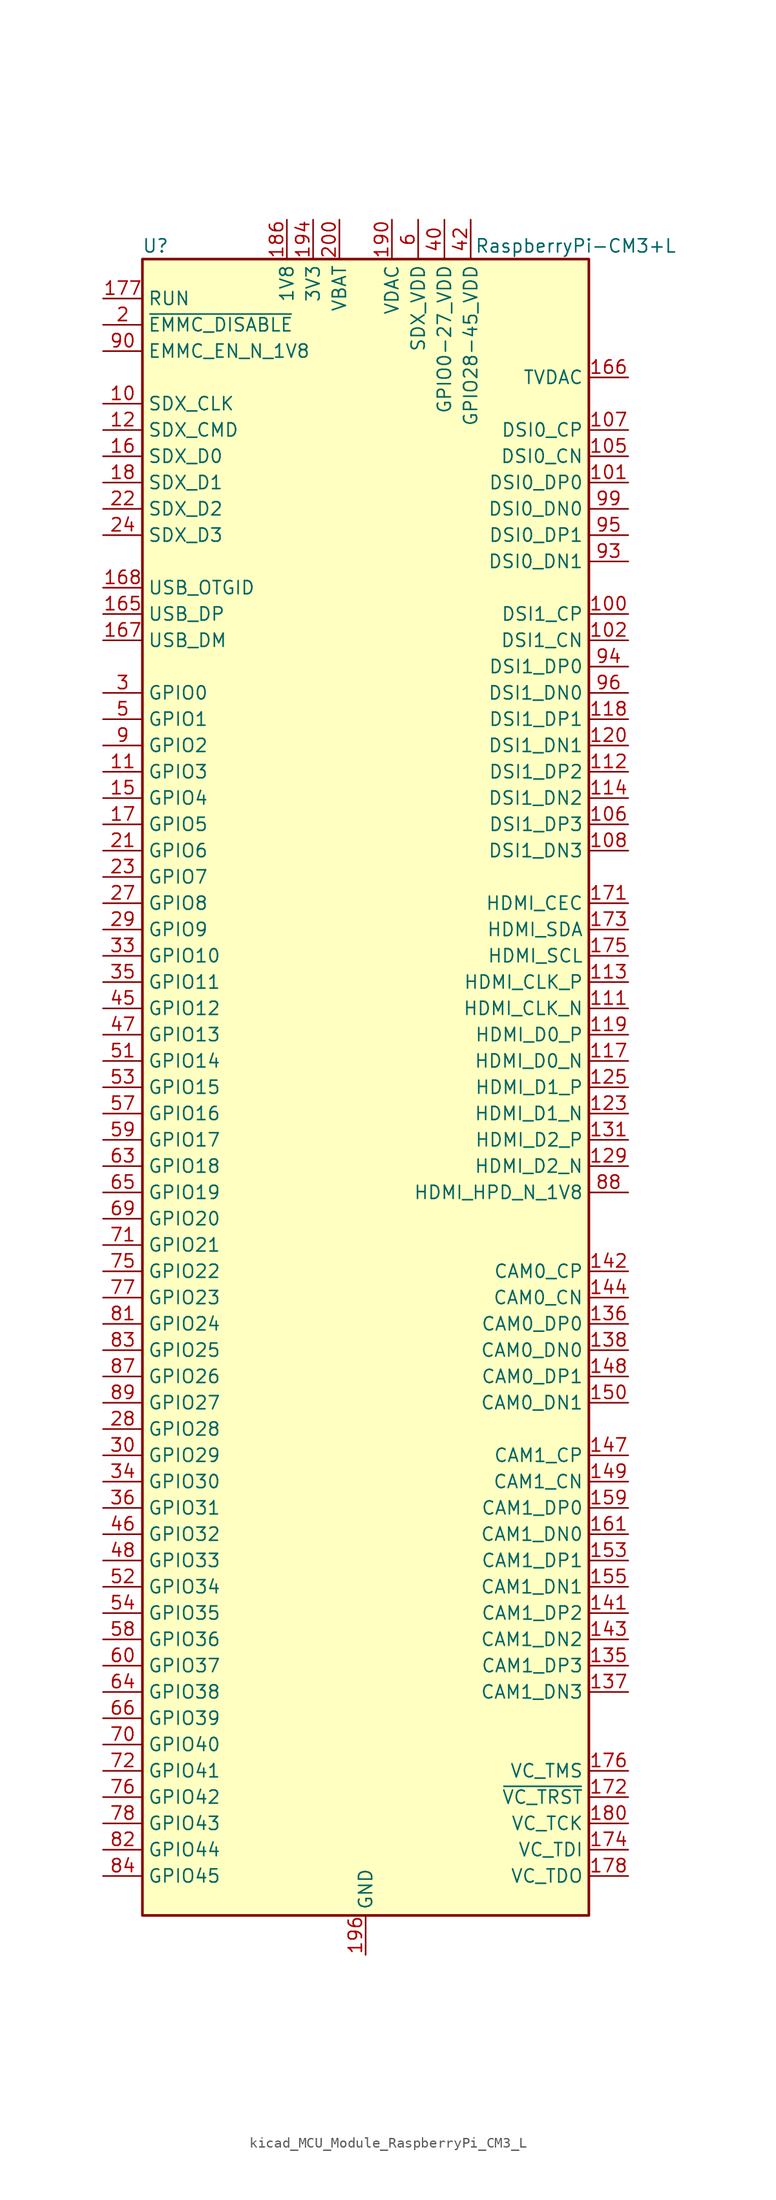
<source format=kicad_sym>
(kicad_symbol_lib
  (version 20220914)
  (generator kicad_symbol_editor)
  (symbol "kicad_MCU_Module_RaspberryPi_CM3_L"
    (property "Reference" "U"
      (at -20.32 81.28 0)
      (effects (font (size 1.27 1.27))))
    (property "Value" "RaspberryPi-CM3+L"
      (at 20.32 81.28 0)
      (effects (font (size 1.27 1.27))))
    (symbol "kicad_MCU_Module_RaspberryPi_CM3_L_0_1"
      (rectangle (start -21.59 80.01) (end 21.59 -80.01) (stroke (width 0.254) (type default)) (fill (type background))))
    (symbol "kicad_MCU_Module_RaspberryPi_CM3_L_1_1"
      (pin passive line (at 0 -83.82 90) (length 3.81) hide (name "GND" (effects (font (size 1.27 1.27)))) (number "1" (effects (font (size 1.27 1.27)))))
      (pin output line (at -25.4 66.04 0) (length 3.81) (name "SDX_CLK" (effects (font (size 1.27 1.27)))) (number "10" (effects (font (size 1.27 1.27)))))
      (pin output line (at 25.4 45.72 180) (length 3.81) (name "DSI1_CP" (effects (font (size 1.27 1.27)))) (number "100" (effects (font (size 1.27 1.27)))))
      (pin output line (at 25.4 58.42 180) (length 3.81) (name "DSI0_DP0" (effects (font (size 1.27 1.27)))) (number "101" (effects (font (size 1.27 1.27)))))
      (pin output line (at 25.4 43.18 180) (length 3.81) (name "DSI1_CN" (effects (font (size 1.27 1.27)))) (number "102" (effects (font (size 1.27 1.27)))))
      (pin passive line (at 0 -83.82 90) (length 3.81) hide (name "GND" (effects (font (size 1.27 1.27)))) (number "103" (effects (font (size 1.27 1.27)))))
      (pin passive line (at 0 -83.82 90) (length 3.81) hide (name "GND" (effects (font (size 1.27 1.27)))) (number "104" (effects (font (size 1.27 1.27)))))
      (pin output line (at 25.4 60.96 180) (length 3.81) (name "DSI0_CN" (effects (font (size 1.27 1.27)))) (number "105" (effects (font (size 1.27 1.27)))))
      (pin output line (at 25.4 25.4 180) (length 3.81) (name "DSI1_DP3" (effects (font (size 1.27 1.27)))) (number "106" (effects (font (size 1.27 1.27)))))
      (pin output line (at 25.4 63.5 180) (length 3.81) (name "DSI0_CP" (effects (font (size 1.27 1.27)))) (number "107" (effects (font (size 1.27 1.27)))))
      (pin output line (at 25.4 22.86 180) (length 3.81) (name "DSI1_DN3" (effects (font (size 1.27 1.27)))) (number "108" (effects (font (size 1.27 1.27)))))
      (pin passive line (at 0 -83.82 90) (length 3.81) hide (name "GND" (effects (font (size 1.27 1.27)))) (number "109" (effects (font (size 1.27 1.27)))))
      (pin bidirectional line (at -25.4 30.48 0) (length 3.81) (name "GPIO3" (effects (font (size 1.27 1.27)))) (number "11" (effects (font (size 1.27 1.27)))))
      (pin passive line (at 0 -83.82 90) (length 3.81) hide (name "GND" (effects (font (size 1.27 1.27)))) (number "110" (effects (font (size 1.27 1.27)))))
      (pin output line (at 25.4 7.62 180) (length 3.81) (name "HDMI_CLK_N" (effects (font (size 1.27 1.27)))) (number "111" (effects (font (size 1.27 1.27)))))
      (pin output line (at 25.4 30.48 180) (length 3.81) (name "DSI1_DP2" (effects (font (size 1.27 1.27)))) (number "112" (effects (font (size 1.27 1.27)))))
      (pin output line (at 25.4 10.16 180) (length 3.81) (name "HDMI_CLK_P" (effects (font (size 1.27 1.27)))) (number "113" (effects (font (size 1.27 1.27)))))
      (pin output line (at 25.4 27.94 180) (length 3.81) (name "DSI1_DN2" (effects (font (size 1.27 1.27)))) (number "114" (effects (font (size 1.27 1.27)))))
      (pin passive line (at 0 -83.82 90) (length 3.81) hide (name "GND" (effects (font (size 1.27 1.27)))) (number "115" (effects (font (size 1.27 1.27)))))
      (pin passive line (at 0 -83.82 90) (length 3.81) hide (name "GND" (effects (font (size 1.27 1.27)))) (number "116" (effects (font (size 1.27 1.27)))))
      (pin output line (at 25.4 2.54 180) (length 3.81) (name "HDMI_D0_N" (effects (font (size 1.27 1.27)))) (number "117" (effects (font (size 1.27 1.27)))))
      (pin output line (at 25.4 35.56 180) (length 3.81) (name "DSI1_DP1" (effects (font (size 1.27 1.27)))) (number "118" (effects (font (size 1.27 1.27)))))
      (pin output line (at 25.4 5.08 180) (length 3.81) (name "HDMI_D0_P" (effects (font (size 1.27 1.27)))) (number "119" (effects (font (size 1.27 1.27)))))
      (pin bidirectional line (at -25.4 63.5 0) (length 3.81) (name "SDX_CMD" (effects (font (size 1.27 1.27)))) (number "12" (effects (font (size 1.27 1.27)))))
      (pin output line (at 25.4 33.02 180) (length 3.81) (name "DSI1_DN1" (effects (font (size 1.27 1.27)))) (number "120" (effects (font (size 1.27 1.27)))))
      (pin passive line (at 0 -83.82 90) (length 3.81) hide (name "GND" (effects (font (size 1.27 1.27)))) (number "121" (effects (font (size 1.27 1.27)))))
      (pin passive line (at 0 -83.82 90) (length 3.81) hide (name "GND" (effects (font (size 1.27 1.27)))) (number "122" (effects (font (size 1.27 1.27)))))
      (pin output line (at 25.4 -2.54 180) (length 3.81) (name "HDMI_D1_N" (effects (font (size 1.27 1.27)))) (number "123" (effects (font (size 1.27 1.27)))))
      (pin no_connect line (at 20.32 76.2 180) (length 2.54) hide (name "NC" (effects (font (size 1.27 1.27)))) (number "124" (effects (font (size 1.27 1.27)))))
      (pin output line (at 25.4 0 180) (length 3.81) (name "HDMI_D1_P" (effects (font (size 1.27 1.27)))) (number "125" (effects (font (size 1.27 1.27)))))
      (pin no_connect line (at 20.32 73.66 180) (length 2.54) hide (name "NC" (effects (font (size 1.27 1.27)))) (number "126" (effects (font (size 1.27 1.27)))))
      (pin passive line (at 0 -83.82 90) (length 3.81) hide (name "GND" (effects (font (size 1.27 1.27)))) (number "127" (effects (font (size 1.27 1.27)))))
      (pin no_connect line (at 20.32 71.12 180) (length 2.54) hide (name "NC" (effects (font (size 1.27 1.27)))) (number "128" (effects (font (size 1.27 1.27)))))
      (pin output line (at 25.4 -7.62 180) (length 3.81) (name "HDMI_D2_N" (effects (font (size 1.27 1.27)))) (number "129" (effects (font (size 1.27 1.27)))))
      (pin passive line (at 0 -83.82 90) (length 3.81) hide (name "GND" (effects (font (size 1.27 1.27)))) (number "13" (effects (font (size 1.27 1.27)))))
      (pin no_connect line (at 20.32 66.04 180) (length 2.54) hide (name "NC" (effects (font (size 1.27 1.27)))) (number "130" (effects (font (size 1.27 1.27)))))
      (pin output line (at 25.4 -5.08 180) (length 3.81) (name "HDMI_D2_P" (effects (font (size 1.27 1.27)))) (number "131" (effects (font (size 1.27 1.27)))))
      (pin no_connect line (at 20.32 48.26 180) (length 2.54) hide (name "NC" (effects (font (size 1.27 1.27)))) (number "132" (effects (font (size 1.27 1.27)))))
      (pin passive line (at 0 -83.82 90) (length 3.81) hide (name "GND" (effects (font (size 1.27 1.27)))) (number "133" (effects (font (size 1.27 1.27)))))
      (pin passive line (at 0 -83.82 90) (length 3.81) hide (name "GND" (effects (font (size 1.27 1.27)))) (number "134" (effects (font (size 1.27 1.27)))))
      (pin input line (at 25.4 -55.88 180) (length 3.81) (name "CAM1_DP3" (effects (font (size 1.27 1.27)))) (number "135" (effects (font (size 1.27 1.27)))))
      (pin input line (at 25.4 -22.86 180) (length 3.81) (name "CAM0_DP0" (effects (font (size 1.27 1.27)))) (number "136" (effects (font (size 1.27 1.27)))))
      (pin input line (at 25.4 -58.42 180) (length 3.81) (name "CAM1_DN3" (effects (font (size 1.27 1.27)))) (number "137" (effects (font (size 1.27 1.27)))))
      (pin input line (at 25.4 -25.4 180) (length 3.81) (name "CAM0_DN0" (effects (font (size 1.27 1.27)))) (number "138" (effects (font (size 1.27 1.27)))))
      (pin passive line (at 0 -83.82 90) (length 3.81) hide (name "GND" (effects (font (size 1.27 1.27)))) (number "139" (effects (font (size 1.27 1.27)))))
      (pin passive line (at 0 -83.82 90) (length 3.81) hide (name "GND" (effects (font (size 1.27 1.27)))) (number "14" (effects (font (size 1.27 1.27)))))
      (pin passive line (at 0 -83.82 90) (length 3.81) hide (name "GND" (effects (font (size 1.27 1.27)))) (number "140" (effects (font (size 1.27 1.27)))))
      (pin input line (at 25.4 -50.8 180) (length 3.81) (name "CAM1_DP2" (effects (font (size 1.27 1.27)))) (number "141" (effects (font (size 1.27 1.27)))))
      (pin input line (at 25.4 -17.78 180) (length 3.81) (name "CAM0_CP" (effects (font (size 1.27 1.27)))) (number "142" (effects (font (size 1.27 1.27)))))
      (pin input line (at 25.4 -53.34 180) (length 3.81) (name "CAM1_DN2" (effects (font (size 1.27 1.27)))) (number "143" (effects (font (size 1.27 1.27)))))
      (pin input line (at 25.4 -20.32 180) (length 3.81) (name "CAM0_CN" (effects (font (size 1.27 1.27)))) (number "144" (effects (font (size 1.27 1.27)))))
      (pin passive line (at 0 -83.82 90) (length 3.81) hide (name "GND" (effects (font (size 1.27 1.27)))) (number "145" (effects (font (size 1.27 1.27)))))
      (pin passive line (at 0 -83.82 90) (length 3.81) hide (name "GND" (effects (font (size 1.27 1.27)))) (number "146" (effects (font (size 1.27 1.27)))))
      (pin input line (at 25.4 -35.56 180) (length 3.81) (name "CAM1_CP" (effects (font (size 1.27 1.27)))) (number "147" (effects (font (size 1.27 1.27)))))
      (pin input line (at 25.4 -27.94 180) (length 3.81) (name "CAM0_DP1" (effects (font (size 1.27 1.27)))) (number "148" (effects (font (size 1.27 1.27)))))
      (pin input line (at 25.4 -38.1 180) (length 3.81) (name "CAM1_CN" (effects (font (size 1.27 1.27)))) (number "149" (effects (font (size 1.27 1.27)))))
      (pin bidirectional line (at -25.4 27.94 0) (length 3.81) (name "GPIO4" (effects (font (size 1.27 1.27)))) (number "15" (effects (font (size 1.27 1.27)))))
      (pin input line (at 25.4 -30.48 180) (length 3.81) (name "CAM0_DN1" (effects (font (size 1.27 1.27)))) (number "150" (effects (font (size 1.27 1.27)))))
      (pin passive line (at 0 -83.82 90) (length 3.81) hide (name "GND" (effects (font (size 1.27 1.27)))) (number "151" (effects (font (size 1.27 1.27)))))
      (pin passive line (at 0 -83.82 90) (length 3.81) hide (name "GND" (effects (font (size 1.27 1.27)))) (number "152" (effects (font (size 1.27 1.27)))))
      (pin input line (at 25.4 -45.72 180) (length 3.81) (name "CAM1_DP1" (effects (font (size 1.27 1.27)))) (number "153" (effects (font (size 1.27 1.27)))))
      (pin no_connect line (at 20.32 -15.24 180) (length 2.54) hide (name "NC" (effects (font (size 1.27 1.27)))) (number "154" (effects (font (size 1.27 1.27)))))
      (pin input line (at 25.4 -48.26 180) (length 3.81) (name "CAM1_DN1" (effects (font (size 1.27 1.27)))) (number "155" (effects (font (size 1.27 1.27)))))
      (pin no_connect line (at 20.32 -12.7 180) (length 2.54) hide (name "NC" (effects (font (size 1.27 1.27)))) (number "156" (effects (font (size 1.27 1.27)))))
      (pin passive line (at 0 -83.82 90) (length 3.81) hide (name "GND" (effects (font (size 1.27 1.27)))) (number "157" (effects (font (size 1.27 1.27)))))
      (pin no_connect line (at 20.32 20.32 180) (length 2.54) hide (name "NC" (effects (font (size 1.27 1.27)))) (number "158" (effects (font (size 1.27 1.27)))))
      (pin input line (at 25.4 -40.64 180) (length 3.81) (name "CAM1_DP0" (effects (font (size 1.27 1.27)))) (number "159" (effects (font (size 1.27 1.27)))))
      (pin bidirectional line (at -25.4 60.96 0) (length 3.81) (name "SDX_D0" (effects (font (size 1.27 1.27)))) (number "16" (effects (font (size 1.27 1.27)))))
      (pin no_connect line (at 20.32 -60.96 180) (length 2.54) hide (name "NC" (effects (font (size 1.27 1.27)))) (number "160" (effects (font (size 1.27 1.27)))))
      (pin input line (at 25.4 -43.18 180) (length 3.81) (name "CAM1_DN0" (effects (font (size 1.27 1.27)))) (number "161" (effects (font (size 1.27 1.27)))))
      (pin no_connect line (at 20.32 -63.5 180) (length 2.54) hide (name "NC" (effects (font (size 1.27 1.27)))) (number "162" (effects (font (size 1.27 1.27)))))
      (pin passive line (at 0 -83.82 90) (length 3.81) hide (name "GND" (effects (font (size 1.27 1.27)))) (number "163" (effects (font (size 1.27 1.27)))))
      (pin passive line (at 0 -83.82 90) (length 3.81) hide (name "GND" (effects (font (size 1.27 1.27)))) (number "164" (effects (font (size 1.27 1.27)))))
      (pin bidirectional line (at -25.4 45.72 0) (length 3.81) (name "USB_DP" (effects (font (size 1.27 1.27)))) (number "165" (effects (font (size 1.27 1.27)))))
      (pin output line (at 25.4 68.58 180) (length 3.81) (name "TVDAC" (effects (font (size 1.27 1.27)))) (number "166" (effects (font (size 1.27 1.27)))))
      (pin bidirectional line (at -25.4 43.18 0) (length 3.81) (name "USB_DM" (effects (font (size 1.27 1.27)))) (number "167" (effects (font (size 1.27 1.27)))))
      (pin passive line (at -25.4 48.26 0) (length 3.81) (name "USB_OTGID" (effects (font (size 1.27 1.27)))) (number "168" (effects (font (size 1.27 1.27)))))
      (pin passive line (at 0 -83.82 90) (length 3.81) hide (name "GND" (effects (font (size 1.27 1.27)))) (number "169" (effects (font (size 1.27 1.27)))))
      (pin bidirectional line (at -25.4 25.4 0) (length 3.81) (name "GPIO5" (effects (font (size 1.27 1.27)))) (number "17" (effects (font (size 1.27 1.27)))))
      (pin passive line (at 0 -83.82 90) (length 3.81) hide (name "GND" (effects (font (size 1.27 1.27)))) (number "170" (effects (font (size 1.27 1.27)))))
      (pin bidirectional line (at 25.4 17.78 180) (length 3.81) (name "HDMI_CEC" (effects (font (size 1.27 1.27)))) (number "171" (effects (font (size 1.27 1.27)))))
      (pin input line (at 25.4 -68.58 180) (length 3.81) (name "~{VC_TRST}" (effects (font (size 1.27 1.27)))) (number "172" (effects (font (size 1.27 1.27)))))
      (pin bidirectional line (at 25.4 15.24 180) (length 3.81) (name "HDMI_SDA" (effects (font (size 1.27 1.27)))) (number "173" (effects (font (size 1.27 1.27)))))
      (pin input line (at 25.4 -73.66 180) (length 3.81) (name "VC_TDI" (effects (font (size 1.27 1.27)))) (number "174" (effects (font (size 1.27 1.27)))))
      (pin bidirectional line (at 25.4 12.7 180) (length 3.81) (name "HDMI_SCL" (effects (font (size 1.27 1.27)))) (number "175" (effects (font (size 1.27 1.27)))))
      (pin input line (at 25.4 -66.04 180) (length 3.81) (name "VC_TMS" (effects (font (size 1.27 1.27)))) (number "176" (effects (font (size 1.27 1.27)))))
      (pin input line (at -25.4 76.2 0) (length 3.81) (name "RUN" (effects (font (size 1.27 1.27)))) (number "177" (effects (font (size 1.27 1.27)))))
      (pin output line (at 25.4 -76.2 180) (length 3.81) (name "VC_TDO" (effects (font (size 1.27 1.27)))) (number "178" (effects (font (size 1.27 1.27)))))
      (pin no_connect line (at 0 78.74 270) (length 2.54) hide (name "VDD_CORE_(DO_NOT_CONNECT)" (effects (font (size 1.27 1.27)))) (number "179" (effects (font (size 1.27 1.27)))))
      (pin bidirectional line (at -25.4 58.42 0) (length 3.81) (name "SDX_D1" (effects (font (size 1.27 1.27)))) (number "18" (effects (font (size 1.27 1.27)))))
      (pin input line (at 25.4 -71.12 180) (length 3.81) (name "VC_TCK" (effects (font (size 1.27 1.27)))) (number "180" (effects (font (size 1.27 1.27)))))
      (pin passive line (at 0 -83.82 90) (length 3.81) hide (name "GND" (effects (font (size 1.27 1.27)))) (number "181" (effects (font (size 1.27 1.27)))))
      (pin passive line (at 0 -83.82 90) (length 3.81) hide (name "GND" (effects (font (size 1.27 1.27)))) (number "182" (effects (font (size 1.27 1.27)))))
      (pin passive line (at -7.62 83.82 270) (length 3.81) hide (name "1V8" (effects (font (size 1.27 1.27)))) (number "183" (effects (font (size 1.27 1.27)))))
      (pin passive line (at -7.62 83.82 270) (length 3.81) hide (name "1V8" (effects (font (size 1.27 1.27)))) (number "184" (effects (font (size 1.27 1.27)))))
      (pin passive line (at -7.62 83.82 270) (length 3.81) hide (name "1V8" (effects (font (size 1.27 1.27)))) (number "185" (effects (font (size 1.27 1.27)))))
      (pin power_in line (at -7.62 83.82 270) (length 3.81) (name "1V8" (effects (font (size 1.27 1.27)))) (number "186" (effects (font (size 1.27 1.27)))))
      (pin passive line (at 0 -83.82 90) (length 3.81) hide (name "GND" (effects (font (size 1.27 1.27)))) (number "187" (effects (font (size 1.27 1.27)))))
      (pin passive line (at 0 -83.82 90) (length 3.81) hide (name "GND" (effects (font (size 1.27 1.27)))) (number "188" (effects (font (size 1.27 1.27)))))
      (pin passive line (at 2.54 83.82 270) (length 3.81) hide (name "VDAC" (effects (font (size 1.27 1.27)))) (number "189" (effects (font (size 1.27 1.27)))))
      (pin passive line (at 0 -83.82 90) (length 3.81) hide (name "GND" (effects (font (size 1.27 1.27)))) (number "19" (effects (font (size 1.27 1.27)))))
      (pin power_in line (at 2.54 83.82 270) (length 3.81) (name "VDAC" (effects (font (size 1.27 1.27)))) (number "190" (effects (font (size 1.27 1.27)))))
      (pin passive line (at -5.08 83.82 270) (length 3.81) hide (name "3V3" (effects (font (size 1.27 1.27)))) (number "191" (effects (font (size 1.27 1.27)))))
      (pin passive line (at -5.08 83.82 270) (length 3.81) hide (name "3V3" (effects (font (size 1.27 1.27)))) (number "192" (effects (font (size 1.27 1.27)))))
      (pin passive line (at -5.08 83.82 270) (length 3.81) hide (name "3V3" (effects (font (size 1.27 1.27)))) (number "193" (effects (font (size 1.27 1.27)))))
      (pin power_in line (at -5.08 83.82 270) (length 3.81) (name "3V3" (effects (font (size 1.27 1.27)))) (number "194" (effects (font (size 1.27 1.27)))))
      (pin passive line (at 0 -83.82 90) (length 3.81) hide (name "GND" (effects (font (size 1.27 1.27)))) (number "195" (effects (font (size 1.27 1.27)))))
      (pin power_out line (at 0 -83.82 90) (length 3.81) (name "GND" (effects (font (size 1.27 1.27)))) (number "196" (effects (font (size 1.27 1.27)))))
      (pin passive line (at -2.54 83.82 270) (length 3.81) hide (name "VBAT" (effects (font (size 1.27 1.27)))) (number "197" (effects (font (size 1.27 1.27)))))
      (pin passive line (at -2.54 83.82 270) (length 3.81) hide (name "VBAT" (effects (font (size 1.27 1.27)))) (number "198" (effects (font (size 1.27 1.27)))))
      (pin passive line (at -2.54 83.82 270) (length 3.81) hide (name "VBAT" (effects (font (size 1.27 1.27)))) (number "199" (effects (font (size 1.27 1.27)))))
      (pin input line (at -25.4 73.66 0) (length 3.81) (name "~{EMMC_DISABLE}" (effects (font (size 1.27 1.27)))) (number "2" (effects (font (size 1.27 1.27)))))
      (pin passive line (at 0 -83.82 90) (length 3.81) hide (name "GND" (effects (font (size 1.27 1.27)))) (number "20" (effects (font (size 1.27 1.27)))))
      (pin power_in line (at -2.54 83.82 270) (length 3.81) (name "VBAT" (effects (font (size 1.27 1.27)))) (number "200" (effects (font (size 1.27 1.27)))))
      (pin bidirectional line (at -25.4 22.86 0) (length 3.81) (name "GPIO6" (effects (font (size 1.27 1.27)))) (number "21" (effects (font (size 1.27 1.27)))))
      (pin bidirectional line (at -25.4 55.88 0) (length 3.81) (name "SDX_D2" (effects (font (size 1.27 1.27)))) (number "22" (effects (font (size 1.27 1.27)))))
      (pin bidirectional line (at -25.4 20.32 0) (length 3.81) (name "GPIO7" (effects (font (size 1.27 1.27)))) (number "23" (effects (font (size 1.27 1.27)))))
      (pin bidirectional line (at -25.4 53.34 0) (length 3.81) (name "SDX_D3" (effects (font (size 1.27 1.27)))) (number "24" (effects (font (size 1.27 1.27)))))
      (pin passive line (at 0 -83.82 90) (length 3.81) hide (name "GND" (effects (font (size 1.27 1.27)))) (number "25" (effects (font (size 1.27 1.27)))))
      (pin passive line (at 0 -83.82 90) (length 3.81) hide (name "GND" (effects (font (size 1.27 1.27)))) (number "26" (effects (font (size 1.27 1.27)))))
      (pin bidirectional line (at -25.4 17.78 0) (length 3.81) (name "GPIO8" (effects (font (size 1.27 1.27)))) (number "27" (effects (font (size 1.27 1.27)))))
      (pin bidirectional line (at -25.4 -33.02 0) (length 3.81) (name "GPIO28" (effects (font (size 1.27 1.27)))) (number "28" (effects (font (size 1.27 1.27)))))
      (pin bidirectional line (at -25.4 15.24 0) (length 3.81) (name "GPIO9" (effects (font (size 1.27 1.27)))) (number "29" (effects (font (size 1.27 1.27)))))
      (pin bidirectional line (at -25.4 38.1 0) (length 3.81) (name "GPIO0" (effects (font (size 1.27 1.27)))) (number "3" (effects (font (size 1.27 1.27)))))
      (pin bidirectional line (at -25.4 -35.56 0) (length 3.81) (name "GPIO29" (effects (font (size 1.27 1.27)))) (number "30" (effects (font (size 1.27 1.27)))))
      (pin passive line (at 0 -83.82 90) (length 3.81) hide (name "GND" (effects (font (size 1.27 1.27)))) (number "31" (effects (font (size 1.27 1.27)))))
      (pin passive line (at 0 -83.82 90) (length 3.81) hide (name "GND" (effects (font (size 1.27 1.27)))) (number "32" (effects (font (size 1.27 1.27)))))
      (pin bidirectional line (at -25.4 12.7 0) (length 3.81) (name "GPIO10" (effects (font (size 1.27 1.27)))) (number "33" (effects (font (size 1.27 1.27)))))
      (pin bidirectional line (at -25.4 -38.1 0) (length 3.81) (name "GPIO30" (effects (font (size 1.27 1.27)))) (number "34" (effects (font (size 1.27 1.27)))))
      (pin bidirectional line (at -25.4 10.16 0) (length 3.81) (name "GPIO11" (effects (font (size 1.27 1.27)))) (number "35" (effects (font (size 1.27 1.27)))))
      (pin bidirectional line (at -25.4 -40.64 0) (length 3.81) (name "GPIO31" (effects (font (size 1.27 1.27)))) (number "36" (effects (font (size 1.27 1.27)))))
      (pin passive line (at 0 -83.82 90) (length 3.81) hide (name "GND" (effects (font (size 1.27 1.27)))) (number "37" (effects (font (size 1.27 1.27)))))
      (pin passive line (at 0 -83.82 90) (length 3.81) hide (name "GND" (effects (font (size 1.27 1.27)))) (number "38" (effects (font (size 1.27 1.27)))))
      (pin passive line (at 7.62 83.82 270) (length 3.81) hide (name "GPIO0-27_VDD" (effects (font (size 1.27 1.27)))) (number "39" (effects (font (size 1.27 1.27)))))
      (pin passive line (at 5.08 83.82 270) (length 3.81) hide (name "SDX_VDD" (effects (font (size 1.27 1.27)))) (number "4" (effects (font (size 1.27 1.27)))))
      (pin power_in line (at 7.62 83.82 270) (length 3.81) (name "GPIO0-27_VDD" (effects (font (size 1.27 1.27)))) (number "40" (effects (font (size 1.27 1.27)))))
      (pin passive line (at 10.16 83.82 270) (length 3.81) hide (name "GPIO28-45_VDD" (effects (font (size 1.27 1.27)))) (number "41" (effects (font (size 1.27 1.27)))))
      (pin power_in line (at 10.16 83.82 270) (length 3.81) (name "GPIO28-45_VDD" (effects (font (size 1.27 1.27)))) (number "42" (effects (font (size 1.27 1.27)))))
      (pin passive line (at 0 -83.82 90) (length 3.81) hide (name "GND" (effects (font (size 1.27 1.27)))) (number "43" (effects (font (size 1.27 1.27)))))
      (pin passive line (at 0 -83.82 90) (length 3.81) hide (name "GND" (effects (font (size 1.27 1.27)))) (number "44" (effects (font (size 1.27 1.27)))))
      (pin bidirectional line (at -25.4 7.62 0) (length 3.81) (name "GPIO12" (effects (font (size 1.27 1.27)))) (number "45" (effects (font (size 1.27 1.27)))))
      (pin bidirectional line (at -25.4 -43.18 0) (length 3.81) (name "GPIO32" (effects (font (size 1.27 1.27)))) (number "46" (effects (font (size 1.27 1.27)))))
      (pin bidirectional line (at -25.4 5.08 0) (length 3.81) (name "GPIO13" (effects (font (size 1.27 1.27)))) (number "47" (effects (font (size 1.27 1.27)))))
      (pin bidirectional line (at -25.4 -45.72 0) (length 3.81) (name "GPIO33" (effects (font (size 1.27 1.27)))) (number "48" (effects (font (size 1.27 1.27)))))
      (pin passive line (at 0 -83.82 90) (length 3.81) hide (name "GND" (effects (font (size 1.27 1.27)))) (number "49" (effects (font (size 1.27 1.27)))))
      (pin bidirectional line (at -25.4 35.56 0) (length 3.81) (name "GPIO1" (effects (font (size 1.27 1.27)))) (number "5" (effects (font (size 1.27 1.27)))))
      (pin passive line (at 0 -83.82 90) (length 3.81) hide (name "GND" (effects (font (size 1.27 1.27)))) (number "50" (effects (font (size 1.27 1.27)))))
      (pin bidirectional line (at -25.4 2.54 0) (length 3.81) (name "GPIO14" (effects (font (size 1.27 1.27)))) (number "51" (effects (font (size 1.27 1.27)))))
      (pin bidirectional line (at -25.4 -48.26 0) (length 3.81) (name "GPIO34" (effects (font (size 1.27 1.27)))) (number "52" (effects (font (size 1.27 1.27)))))
      (pin bidirectional line (at -25.4 0 0) (length 3.81) (name "GPIO15" (effects (font (size 1.27 1.27)))) (number "53" (effects (font (size 1.27 1.27)))))
      (pin bidirectional line (at -25.4 -50.8 0) (length 3.81) (name "GPIO35" (effects (font (size 1.27 1.27)))) (number "54" (effects (font (size 1.27 1.27)))))
      (pin passive line (at 0 -83.82 90) (length 3.81) hide (name "GND" (effects (font (size 1.27 1.27)))) (number "55" (effects (font (size 1.27 1.27)))))
      (pin passive line (at 0 -83.82 90) (length 3.81) hide (name "GND" (effects (font (size 1.27 1.27)))) (number "56" (effects (font (size 1.27 1.27)))))
      (pin bidirectional line (at -25.4 -2.54 0) (length 3.81) (name "GPIO16" (effects (font (size 1.27 1.27)))) (number "57" (effects (font (size 1.27 1.27)))))
      (pin bidirectional line (at -25.4 -53.34 0) (length 3.81) (name "GPIO36" (effects (font (size 1.27 1.27)))) (number "58" (effects (font (size 1.27 1.27)))))
      (pin bidirectional line (at -25.4 -5.08 0) (length 3.81) (name "GPIO17" (effects (font (size 1.27 1.27)))) (number "59" (effects (font (size 1.27 1.27)))))
      (pin power_in line (at 5.08 83.82 270) (length 3.81) (name "SDX_VDD" (effects (font (size 1.27 1.27)))) (number "6" (effects (font (size 1.27 1.27)))))
      (pin bidirectional line (at -25.4 -55.88 0) (length 3.81) (name "GPIO37" (effects (font (size 1.27 1.27)))) (number "60" (effects (font (size 1.27 1.27)))))
      (pin passive line (at 0 -83.82 90) (length 3.81) hide (name "GND" (effects (font (size 1.27 1.27)))) (number "61" (effects (font (size 1.27 1.27)))))
      (pin passive line (at 0 -83.82 90) (length 3.81) hide (name "GND" (effects (font (size 1.27 1.27)))) (number "62" (effects (font (size 1.27 1.27)))))
      (pin bidirectional line (at -25.4 -7.62 0) (length 3.81) (name "GPIO18" (effects (font (size 1.27 1.27)))) (number "63" (effects (font (size 1.27 1.27)))))
      (pin bidirectional line (at -25.4 -58.42 0) (length 3.81) (name "GPIO38" (effects (font (size 1.27 1.27)))) (number "64" (effects (font (size 1.27 1.27)))))
      (pin bidirectional line (at -25.4 -10.16 0) (length 3.81) (name "GPIO19" (effects (font (size 1.27 1.27)))) (number "65" (effects (font (size 1.27 1.27)))))
      (pin bidirectional line (at -25.4 -60.96 0) (length 3.81) (name "GPIO39" (effects (font (size 1.27 1.27)))) (number "66" (effects (font (size 1.27 1.27)))))
      (pin passive line (at 0 -83.82 90) (length 3.81) hide (name "GND" (effects (font (size 1.27 1.27)))) (number "67" (effects (font (size 1.27 1.27)))))
      (pin passive line (at 0 -83.82 90) (length 3.81) hide (name "GND" (effects (font (size 1.27 1.27)))) (number "68" (effects (font (size 1.27 1.27)))))
      (pin bidirectional line (at -25.4 -12.7 0) (length 3.81) (name "GPIO20" (effects (font (size 1.27 1.27)))) (number "69" (effects (font (size 1.27 1.27)))))
      (pin passive line (at 0 -83.82 90) (length 3.81) hide (name "GND" (effects (font (size 1.27 1.27)))) (number "7" (effects (font (size 1.27 1.27)))))
      (pin bidirectional line (at -25.4 -63.5 0) (length 3.81) (name "GPIO40" (effects (font (size 1.27 1.27)))) (number "70" (effects (font (size 1.27 1.27)))))
      (pin bidirectional line (at -25.4 -15.24 0) (length 3.81) (name "GPIO21" (effects (font (size 1.27 1.27)))) (number "71" (effects (font (size 1.27 1.27)))))
      (pin bidirectional line (at -25.4 -66.04 0) (length 3.81) (name "GPIO41" (effects (font (size 1.27 1.27)))) (number "72" (effects (font (size 1.27 1.27)))))
      (pin passive line (at 0 -83.82 90) (length 3.81) hide (name "GND" (effects (font (size 1.27 1.27)))) (number "73" (effects (font (size 1.27 1.27)))))
      (pin passive line (at 0 -83.82 90) (length 3.81) hide (name "GND" (effects (font (size 1.27 1.27)))) (number "74" (effects (font (size 1.27 1.27)))))
      (pin bidirectional line (at -25.4 -17.78 0) (length 3.81) (name "GPIO22" (effects (font (size 1.27 1.27)))) (number "75" (effects (font (size 1.27 1.27)))))
      (pin bidirectional line (at -25.4 -68.58 0) (length 3.81) (name "GPIO42" (effects (font (size 1.27 1.27)))) (number "76" (effects (font (size 1.27 1.27)))))
      (pin bidirectional line (at -25.4 -20.32 0) (length 3.81) (name "GPIO23" (effects (font (size 1.27 1.27)))) (number "77" (effects (font (size 1.27 1.27)))))
      (pin bidirectional line (at -25.4 -71.12 0) (length 3.81) (name "GPIO43" (effects (font (size 1.27 1.27)))) (number "78" (effects (font (size 1.27 1.27)))))
      (pin passive line (at 0 -83.82 90) (length 3.81) hide (name "GND" (effects (font (size 1.27 1.27)))) (number "79" (effects (font (size 1.27 1.27)))))
      (pin passive line (at 0 -83.82 90) (length 3.81) hide (name "GND" (effects (font (size 1.27 1.27)))) (number "8" (effects (font (size 1.27 1.27)))))
      (pin passive line (at 0 -83.82 90) (length 3.81) hide (name "GND" (effects (font (size 1.27 1.27)))) (number "80" (effects (font (size 1.27 1.27)))))
      (pin bidirectional line (at -25.4 -22.86 0) (length 3.81) (name "GPIO24" (effects (font (size 1.27 1.27)))) (number "81" (effects (font (size 1.27 1.27)))))
      (pin bidirectional line (at -25.4 -73.66 0) (length 3.81) (name "GPIO44" (effects (font (size 1.27 1.27)))) (number "82" (effects (font (size 1.27 1.27)))))
      (pin bidirectional line (at -25.4 -25.4 0) (length 3.81) (name "GPIO25" (effects (font (size 1.27 1.27)))) (number "83" (effects (font (size 1.27 1.27)))))
      (pin bidirectional line (at -25.4 -76.2 0) (length 3.81) (name "GPIO45" (effects (font (size 1.27 1.27)))) (number "84" (effects (font (size 1.27 1.27)))))
      (pin passive line (at 0 -83.82 90) (length 3.81) hide (name "GND" (effects (font (size 1.27 1.27)))) (number "85" (effects (font (size 1.27 1.27)))))
      (pin passive line (at 0 -83.82 90) (length 3.81) hide (name "GND" (effects (font (size 1.27 1.27)))) (number "86" (effects (font (size 1.27 1.27)))))
      (pin bidirectional line (at -25.4 -27.94 0) (length 3.81) (name "GPIO26" (effects (font (size 1.27 1.27)))) (number "87" (effects (font (size 1.27 1.27)))))
      (pin input line (at 25.4 -10.16 180) (length 3.81) (name "HDMI_HPD_N_1V8" (effects (font (size 1.27 1.27)))) (number "88" (effects (font (size 1.27 1.27)))))
      (pin bidirectional line (at -25.4 -30.48 0) (length 3.81) (name "GPIO27" (effects (font (size 1.27 1.27)))) (number "89" (effects (font (size 1.27 1.27)))))
      (pin bidirectional line (at -25.4 33.02 0) (length 3.81) (name "GPIO2" (effects (font (size 1.27 1.27)))) (number "9" (effects (font (size 1.27 1.27)))))
      (pin output line (at -25.4 71.12 0) (length 3.81) (name "EMMC_EN_N_1V8" (effects (font (size 1.27 1.27)))) (number "90" (effects (font (size 1.27 1.27)))))
      (pin passive line (at 0 -83.82 90) (length 3.81) hide (name "GND" (effects (font (size 1.27 1.27)))) (number "91" (effects (font (size 1.27 1.27)))))
      (pin passive line (at 0 -83.82 90) (length 3.81) hide (name "GND" (effects (font (size 1.27 1.27)))) (number "92" (effects (font (size 1.27 1.27)))))
      (pin output line (at 25.4 50.8 180) (length 3.81) (name "DSI0_DN1" (effects (font (size 1.27 1.27)))) (number "93" (effects (font (size 1.27 1.27)))))
      (pin output line (at 25.4 40.64 180) (length 3.81) (name "DSI1_DP0" (effects (font (size 1.27 1.27)))) (number "94" (effects (font (size 1.27 1.27)))))
      (pin output line (at 25.4 53.34 180) (length 3.81) (name "DSI0_DP1" (effects (font (size 1.27 1.27)))) (number "95" (effects (font (size 1.27 1.27)))))
      (pin output line (at 25.4 38.1 180) (length 3.81) (name "DSI1_DN0" (effects (font (size 1.27 1.27)))) (number "96" (effects (font (size 1.27 1.27)))))
      (pin passive line (at 0 -83.82 90) (length 3.81) hide (name "GND" (effects (font (size 1.27 1.27)))) (number "97" (effects (font (size 1.27 1.27)))))
      (pin passive line (at 0 -83.82 90) (length 3.81) hide (name "GND" (effects (font (size 1.27 1.27)))) (number "98" (effects (font (size 1.27 1.27)))))
      (pin output line (at 25.4 55.88 180) (length 3.81) (name "DSI0_DN0" (effects (font (size 1.27 1.27)))) (number "99" (effects (font (size 1.27 1.27))))))))
</source>
